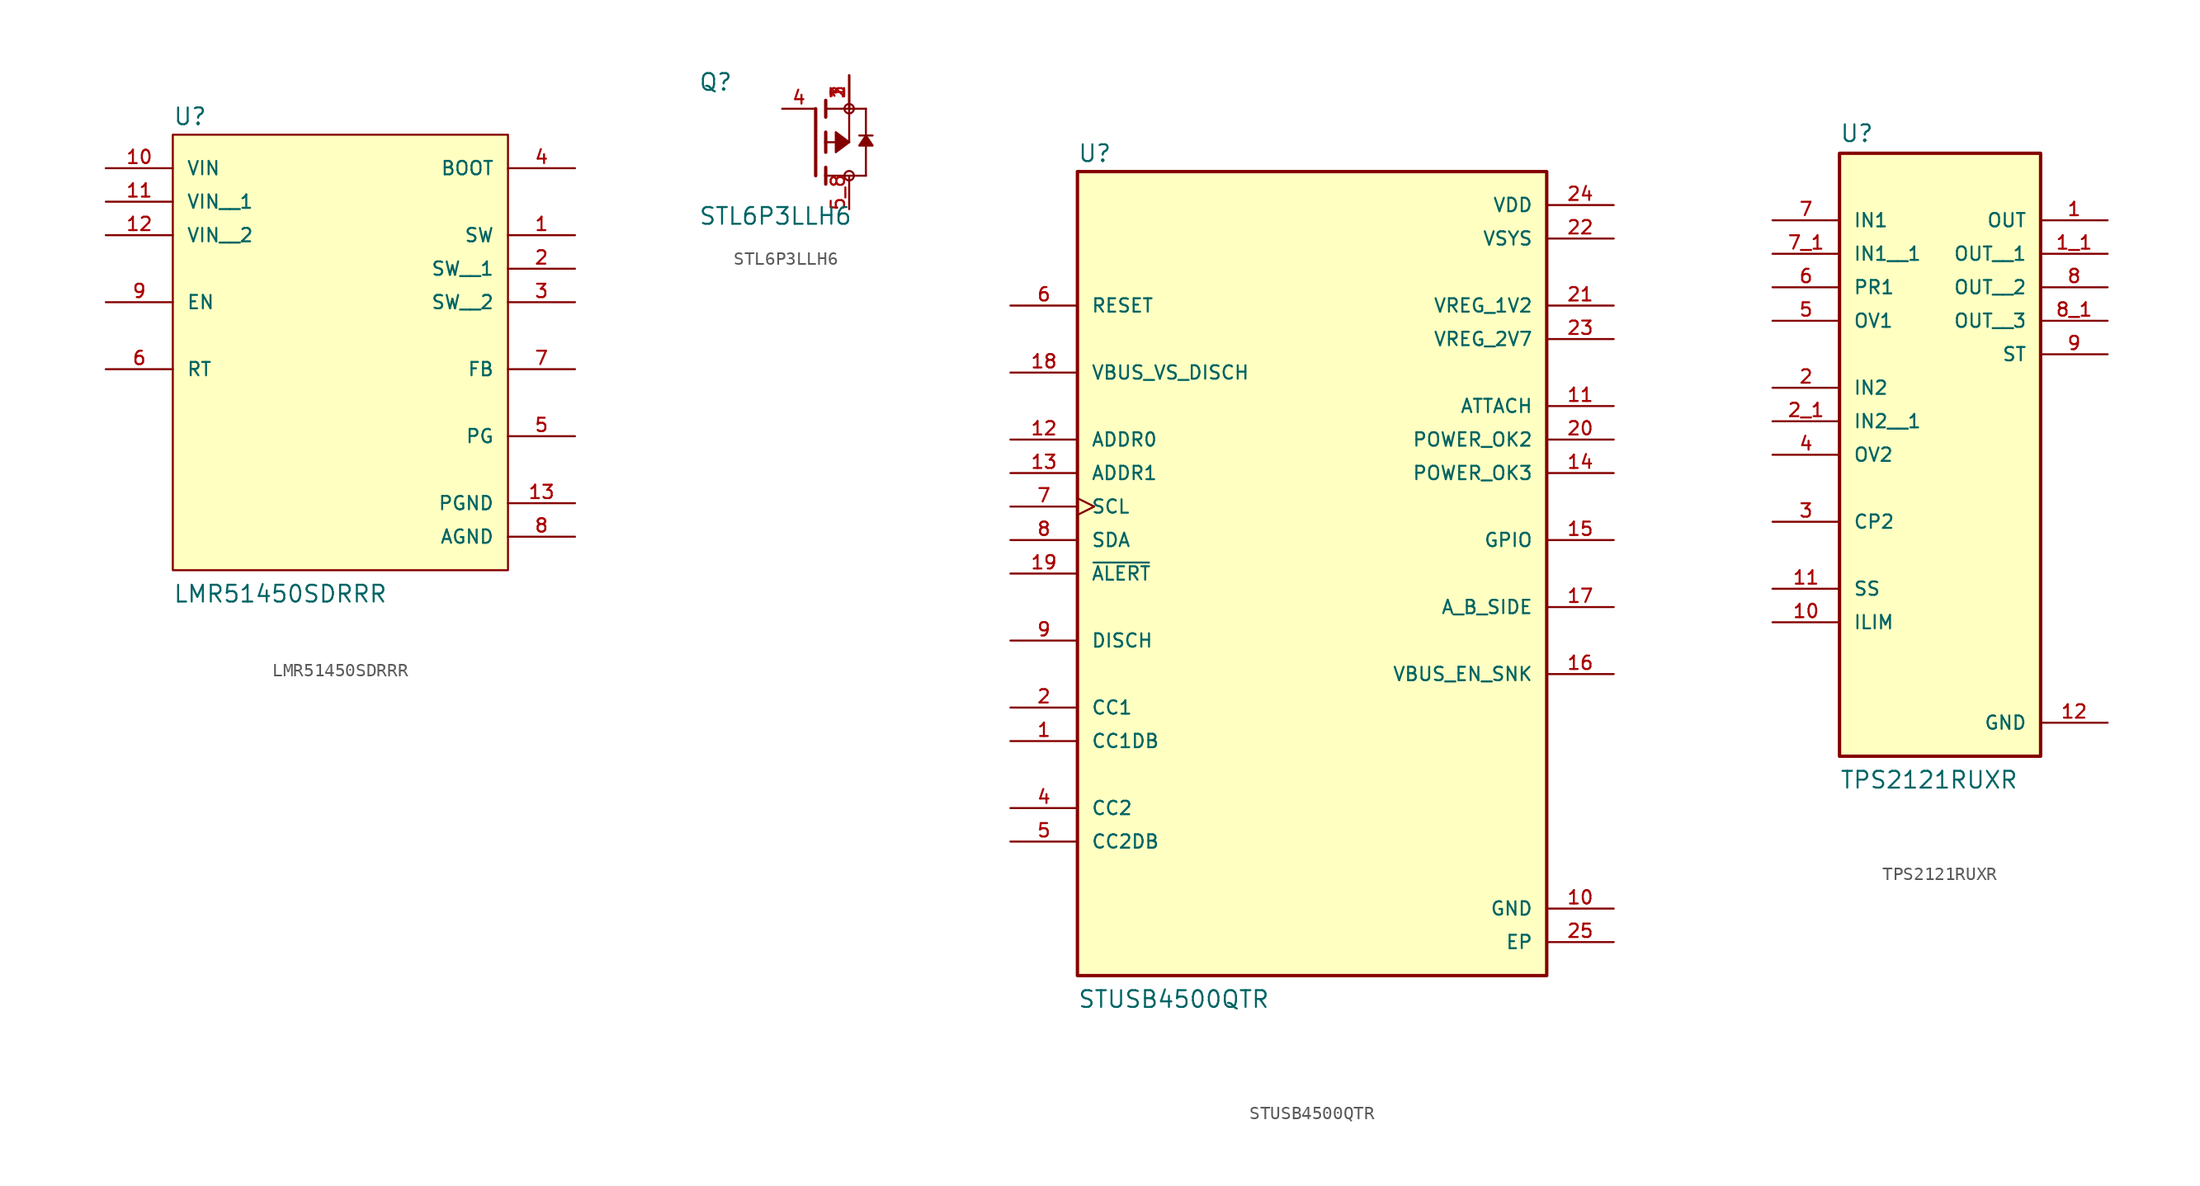
<source format=kicad_sym>
(kicad_symbol_lib
  (version 20241209)
  (generator "kicad_symbol_editor")
  (generator_version "9.0")
  (symbol "LMR51450SDRRR"
    (pin_names
      (offset 1.016))
    (property "Reference" "U"
      (at -12.7 13.335 0)
      (effects (font (size 1.27 1.27)) (justify left bottom)))
    (property "Value" "LMR51450SDRRR"
      (at -12.7 -22.86 0)
      (effects (font (size 1.27 1.27)) (justify left bottom)))
    (symbol "LMR51450SDRRR_0_0"
      (rectangle (start -12.7 -20.32) (end 12.7 12.7) (stroke (width 0.152) (type default)) (fill (type background)))
      (pin input line (at -17.78 10.16 0) (length 5.08) (name "VIN" (effects (font (size 1.016 1.016)))) (number "10" (effects (font (size 1.016 1.016)))))
      (pin input line (at -17.78 7.62 0) (length 5.08) (name "VIN__1" (effects (font (size 1.016 1.016)))) (number "11" (effects (font (size 1.016 1.016)))))
      (pin input line (at -17.78 5.08 0) (length 5.08) (name "VIN__2" (effects (font (size 1.016 1.016)))) (number "12" (effects (font (size 1.016 1.016)))))
      (pin input line (at -17.78 0 0) (length 5.08) (name "EN" (effects (font (size 1.016 1.016)))) (number "9" (effects (font (size 1.016 1.016)))))
      (pin input line (at -17.78 -5.08 0) (length 5.08) (name "RT" (effects (font (size 1.016 1.016)))) (number "6" (effects (font (size 1.016 1.016)))))
      (pin passive line (at 17.78 10.16 180) (length 5.08) (name "BOOT" (effects (font (size 1.016 1.016)))) (number "4" (effects (font (size 1.016 1.016)))))
      (pin output line (at 17.78 5.08 180) (length 5.08) (name "SW" (effects (font (size 1.016 1.016)))) (number "1" (effects (font (size 1.016 1.016)))))
      (pin output line (at 17.78 2.54 180) (length 5.08) (name "SW__1" (effects (font (size 1.016 1.016)))) (number "2" (effects (font (size 1.016 1.016)))))
      (pin output line (at 17.78 0 180) (length 5.08) (name "SW__2" (effects (font (size 1.016 1.016)))) (number "3" (effects (font (size 1.016 1.016)))))
      (pin input line (at 17.78 -5.08 180) (length 5.08) (name "FB" (effects (font (size 1.016 1.016)))) (number "7" (effects (font (size 1.016 1.016)))))
      (pin output line (at 17.78 -10.16 180) (length 5.08) (name "PG" (effects (font (size 1.016 1.016)))) (number "5" (effects (font (size 1.016 1.016)))))
      (pin power_in line (at 17.78 -15.24 180) (length 5.08) (name "PGND" (effects (font (size 1.016 1.016)))) (number "13" (effects (font (size 1.016 1.016)))))
      (pin power_in line (at 17.78 -17.78 180) (length 5.08) (name "AGND" (effects (font (size 1.016 1.016)))) (number "8" (effects (font (size 1.016 1.016)))))))
  (symbol "STL6P3LLH6"
    (pin_names
      (offset 1.016))
    (property "Reference" "Q"
      (at -8.89 3.81 0)
      (effects (font (size 1.27 1.27)) (justify left bottom)))
    (property "Value" "STL6P3LLH6"
      (at -8.89 -6.35 0)
      (effects (font (size 1.27 1.27)) (justify left bottom)))
    (symbol "STL6P3LLH6_0_0"
      (polyline (pts (xy 0 -2.54) (xy 0 2.54)) (stroke (width 0.254) (type default)) (fill (type none)))
      (polyline (pts (xy 0.762 1.905) (xy 0.762 3.175)) (stroke (width 0.254) (type default)) (fill (type none)))
      (polyline (pts (xy 0.762 0) (xy 0.762 0.762)) (stroke (width 0.254) (type default)) (fill (type none)))
      (polyline (pts (xy 0.762 0) (xy 2.54 0)) (stroke (width 0.152) (type default)) (fill (type none)))
      (polyline (pts (xy 0.762 -0.762) (xy 0.762 0)) (stroke (width 0.254) (type default)) (fill (type none)))
      (polyline (pts (xy 0.762 -2.54) (xy 0.762 -1.905)) (stroke (width 0.254) (type default)) (fill (type none)))
      (polyline (pts (xy 0.762 -2.54) (xy 3.81 -2.54)) (stroke (width 0.152) (type default)) (fill (type none)))
      (polyline (pts (xy 0.762 -3.175) (xy 0.762 -2.54)) (stroke (width 0.254) (type default)) (fill (type none)))
      (circle (center 2.54 2.54) (radius 0.359) (stroke (width 0) (type default)) (fill (type none)))
      (polyline (pts (xy 2.54 0) (xy 2.54 2.54)) (stroke (width 0.152) (type default)) (fill (type none)))
      (polyline (pts (xy 2.54 0) (xy 1.524 0.762) (xy 1.524 -0.762) (xy 2.54 0)) (stroke (width 0.152) (type default)) (fill (type outline)))
      (circle (center 2.54 -2.54) (radius 0.359) (stroke (width 0) (type default)) (fill (type none)))
      (polyline (pts (xy 3.302 0.508) (xy 4.318 0.508)) (stroke (width 0.152) (type default)) (fill (type none)))
      (polyline (pts (xy 3.81 2.54) (xy 0.762 2.54)) (stroke (width 0.152) (type default)) (fill (type none)))
      (polyline (pts (xy 3.81 0.508) (xy 4.318 -0.254) (xy 3.302 -0.254) (xy 3.81 0.508)) (stroke (width 0.152) (type default)) (fill (type outline)))
      (polyline (pts (xy 3.81 -2.54) (xy 3.81 2.54)) (stroke (width 0.152) (type default)) (fill (type none)))
      (pin passive line (at -2.54 2.54 0) (length 2.54) (name "~" (effects (font (size 1.016 1.016)))) (number "4" (effects (font (size 1.016 1.016)))))
      (pin passive line (at 2.54 5.08 270) (length 2.54) (name "~" (effects (font (size 1.016 1.016)))) (number "1" (effects (font (size 1.016 1.016)))))
      (pin passive line (at 2.54 5.08 270) (length 2.54) (name "~" (effects (font (size 1.016 1.016)))) (number "2" (effects (font (size 1.016 1.016)))))
      (pin passive line (at 2.54 5.08 270) (length 2.54) (name "~" (effects (font (size 1.016 1.016)))) (number "3" (effects (font (size 1.016 1.016)))))
      (pin passive line (at 2.54 -5.08 90) (length 2.54) (name "~" (effects (font (size 1.016 1.016)))) (number "5_8" (effects (font (size 1.016 1.016)))))))
  (symbol "STUSB4500QTR"
    (pin_names
      (offset 1.016))
    (property "Reference" "U"
      (at -17.78 31.115 0)
      (effects (font (size 1.27 1.27)) (justify left bottom)))
    (property "Value" "STUSB4500QTR"
      (at -17.78 -33.02 0)
      (effects (font (size 1.27 1.27)) (justify left bottom)))
    (symbol "STUSB4500QTR_0_0"
      (rectangle (start -17.78 -30.48) (end 17.78 30.48) (stroke (width 0.254) (type default)) (fill (type background)))
      (pin input line (at -22.86 20.32 0) (length 5.08) (name "RESET" (effects (font (size 1.016 1.016)))) (number "6" (effects (font (size 1.016 1.016)))))
      (pin input line (at -22.86 15.24 0) (length 5.08) (name "VBUS_VS_DISCH" (effects (font (size 1.016 1.016)))) (number "18" (effects (font (size 1.016 1.016)))))
      (pin input line (at -22.86 10.16 0) (length 5.08) (name "ADDR0" (effects (font (size 1.016 1.016)))) (number "12" (effects (font (size 1.016 1.016)))))
      (pin input line (at -22.86 7.62 0) (length 5.08) (name "ADDR1" (effects (font (size 1.016 1.016)))) (number "13" (effects (font (size 1.016 1.016)))))
      (pin input clock (at -22.86 5.08 0) (length 5.08) (name "SCL" (effects (font (size 1.016 1.016)))) (number "7" (effects (font (size 1.016 1.016)))))
      (pin bidirectional line (at -22.86 2.54 0) (length 5.08) (name "SDA" (effects (font (size 1.016 1.016)))) (number "8" (effects (font (size 1.016 1.016)))))
      (pin output line (at -22.86 0 0) (length 5.08) (name "~{ALERT}" (effects (font (size 1.016 1.016)))) (number "19" (effects (font (size 1.016 1.016)))))
      (pin bidirectional line (at -22.86 -5.08 0) (length 5.08) (name "DISCH" (effects (font (size 1.016 1.016)))) (number "9" (effects (font (size 1.016 1.016)))))
      (pin bidirectional line (at -22.86 -10.16 0) (length 5.08) (name "CC1" (effects (font (size 1.016 1.016)))) (number "2" (effects (font (size 1.016 1.016)))))
      (pin bidirectional line (at -22.86 -12.7 0) (length 5.08) (name "CC1DB" (effects (font (size 1.016 1.016)))) (number "1" (effects (font (size 1.016 1.016)))))
      (pin bidirectional line (at -22.86 -17.78 0) (length 5.08) (name "CC2" (effects (font (size 1.016 1.016)))) (number "4" (effects (font (size 1.016 1.016)))))
      (pin bidirectional line (at -22.86 -20.32 0) (length 5.08) (name "CC2DB" (effects (font (size 1.016 1.016)))) (number "5" (effects (font (size 1.016 1.016)))))
      (pin power_in line (at 22.86 27.94 180) (length 5.08) (name "VDD" (effects (font (size 1.016 1.016)))) (number "24" (effects (font (size 1.016 1.016)))))
      (pin power_in line (at 22.86 25.4 180) (length 5.08) (name "VSYS" (effects (font (size 1.016 1.016)))) (number "22" (effects (font (size 1.016 1.016)))))
      (pin output line (at 22.86 20.32 180) (length 5.08) (name "VREG_1V2" (effects (font (size 1.016 1.016)))) (number "21" (effects (font (size 1.016 1.016)))))
      (pin output line (at 22.86 17.78 180) (length 5.08) (name "VREG_2V7" (effects (font (size 1.016 1.016)))) (number "23" (effects (font (size 1.016 1.016)))))
      (pin output line (at 22.86 12.7 180) (length 5.08) (name "ATTACH" (effects (font (size 1.016 1.016)))) (number "11" (effects (font (size 1.016 1.016)))))
      (pin output line (at 22.86 10.16 180) (length 5.08) (name "POWER_OK2" (effects (font (size 1.016 1.016)))) (number "20" (effects (font (size 1.016 1.016)))))
      (pin output line (at 22.86 7.62 180) (length 5.08) (name "POWER_OK3" (effects (font (size 1.016 1.016)))) (number "14" (effects (font (size 1.016 1.016)))))
      (pin output line (at 22.86 2.54 180) (length 5.08) (name "GPIO" (effects (font (size 1.016 1.016)))) (number "15" (effects (font (size 1.016 1.016)))))
      (pin output line (at 22.86 -2.54 180) (length 5.08) (name "A_B_SIDE" (effects (font (size 1.016 1.016)))) (number "17" (effects (font (size 1.016 1.016)))))
      (pin output line (at 22.86 -7.62 180) (length 5.08) (name "VBUS_EN_SNK" (effects (font (size 1.016 1.016)))) (number "16" (effects (font (size 1.016 1.016)))))
      (pin power_in line (at 22.86 -25.4 180) (length 5.08) (name "GND" (effects (font (size 1.016 1.016)))) (number "10" (effects (font (size 1.016 1.016)))))
      (pin power_in line (at 22.86 -27.94 180) (length 5.08) (name "EP" (effects (font (size 1.016 1.016)))) (number "25" (effects (font (size 1.016 1.016)))))))
  (symbol "TPS2121RUXR"
    (pin_names
      (offset 1.016))
    (property "Reference" "U"
      (at -7.62 21.082 0)
      (effects (font (size 1.27 1.27)) (justify left bottom)))
    (property "Value" "TPS2121RUXR"
      (at -7.62 -27.94 0)
      (effects (font (size 1.27 1.27)) (justify left bottom)))
    (symbol "TPS2121RUXR_0_0"
      (rectangle (start -7.62 -25.4) (end 7.62 20.32) (stroke (width 0.254) (type default)) (fill (type background)))
      (pin input line (at -12.7 15.24 0) (length 5.08) (name "IN1" (effects (font (size 1.016 1.016)))) (number "7" (effects (font (size 1.016 1.016)))))
      (pin input line (at -12.7 12.7 0) (length 5.08) (name "IN1__1" (effects (font (size 1.016 1.016)))) (number "7_1" (effects (font (size 1.016 1.016)))))
      (pin input line (at -12.7 10.16 0) (length 5.08) (name "PR1" (effects (font (size 1.016 1.016)))) (number "6" (effects (font (size 1.016 1.016)))))
      (pin input line (at -12.7 7.62 0) (length 5.08) (name "OV1" (effects (font (size 1.016 1.016)))) (number "5" (effects (font (size 1.016 1.016)))))
      (pin input line (at -12.7 2.54 0) (length 5.08) (name "IN2" (effects (font (size 1.016 1.016)))) (number "2" (effects (font (size 1.016 1.016)))))
      (pin input line (at -12.7 0 0) (length 5.08) (name "IN2__1" (effects (font (size 1.016 1.016)))) (number "2_1" (effects (font (size 1.016 1.016)))))
      (pin input line (at -12.7 -2.54 0) (length 5.08) (name "OV2" (effects (font (size 1.016 1.016)))) (number "4" (effects (font (size 1.016 1.016)))))
      (pin input line (at -12.7 -7.62 0) (length 5.08) (name "CP2" (effects (font (size 1.016 1.016)))) (number "3" (effects (font (size 1.016 1.016)))))
      (pin passive line (at -12.7 -12.7 0) (length 5.08) (name "SS" (effects (font (size 1.016 1.016)))) (number "11" (effects (font (size 1.016 1.016)))))
      (pin passive line (at -12.7 -15.24 0) (length 5.08) (name "ILIM" (effects (font (size 1.016 1.016)))) (number "10" (effects (font (size 1.016 1.016)))))
      (pin output line (at 12.7 15.24 180) (length 5.08) (name "OUT" (effects (font (size 1.016 1.016)))) (number "1" (effects (font (size 1.016 1.016)))))
      (pin output line (at 12.7 12.7 180) (length 5.08) (name "OUT__1" (effects (font (size 1.016 1.016)))) (number "1_1" (effects (font (size 1.016 1.016)))))
      (pin output line (at 12.7 10.16 180) (length 5.08) (name "OUT__2" (effects (font (size 1.016 1.016)))) (number "8" (effects (font (size 1.016 1.016)))))
      (pin output line (at 12.7 7.62 180) (length 5.08) (name "OUT__3" (effects (font (size 1.016 1.016)))) (number "8_1" (effects (font (size 1.016 1.016)))))
      (pin output line (at 12.7 5.08 180) (length 5.08) (name "ST" (effects (font (size 1.016 1.016)))) (number "9" (effects (font (size 1.016 1.016)))))
      (pin power_in line (at 12.7 -22.86 180) (length 5.08) (name "GND" (effects (font (size 1.016 1.016)))) (number "12" (effects (font (size 1.016 1.016))))))))
</source>
